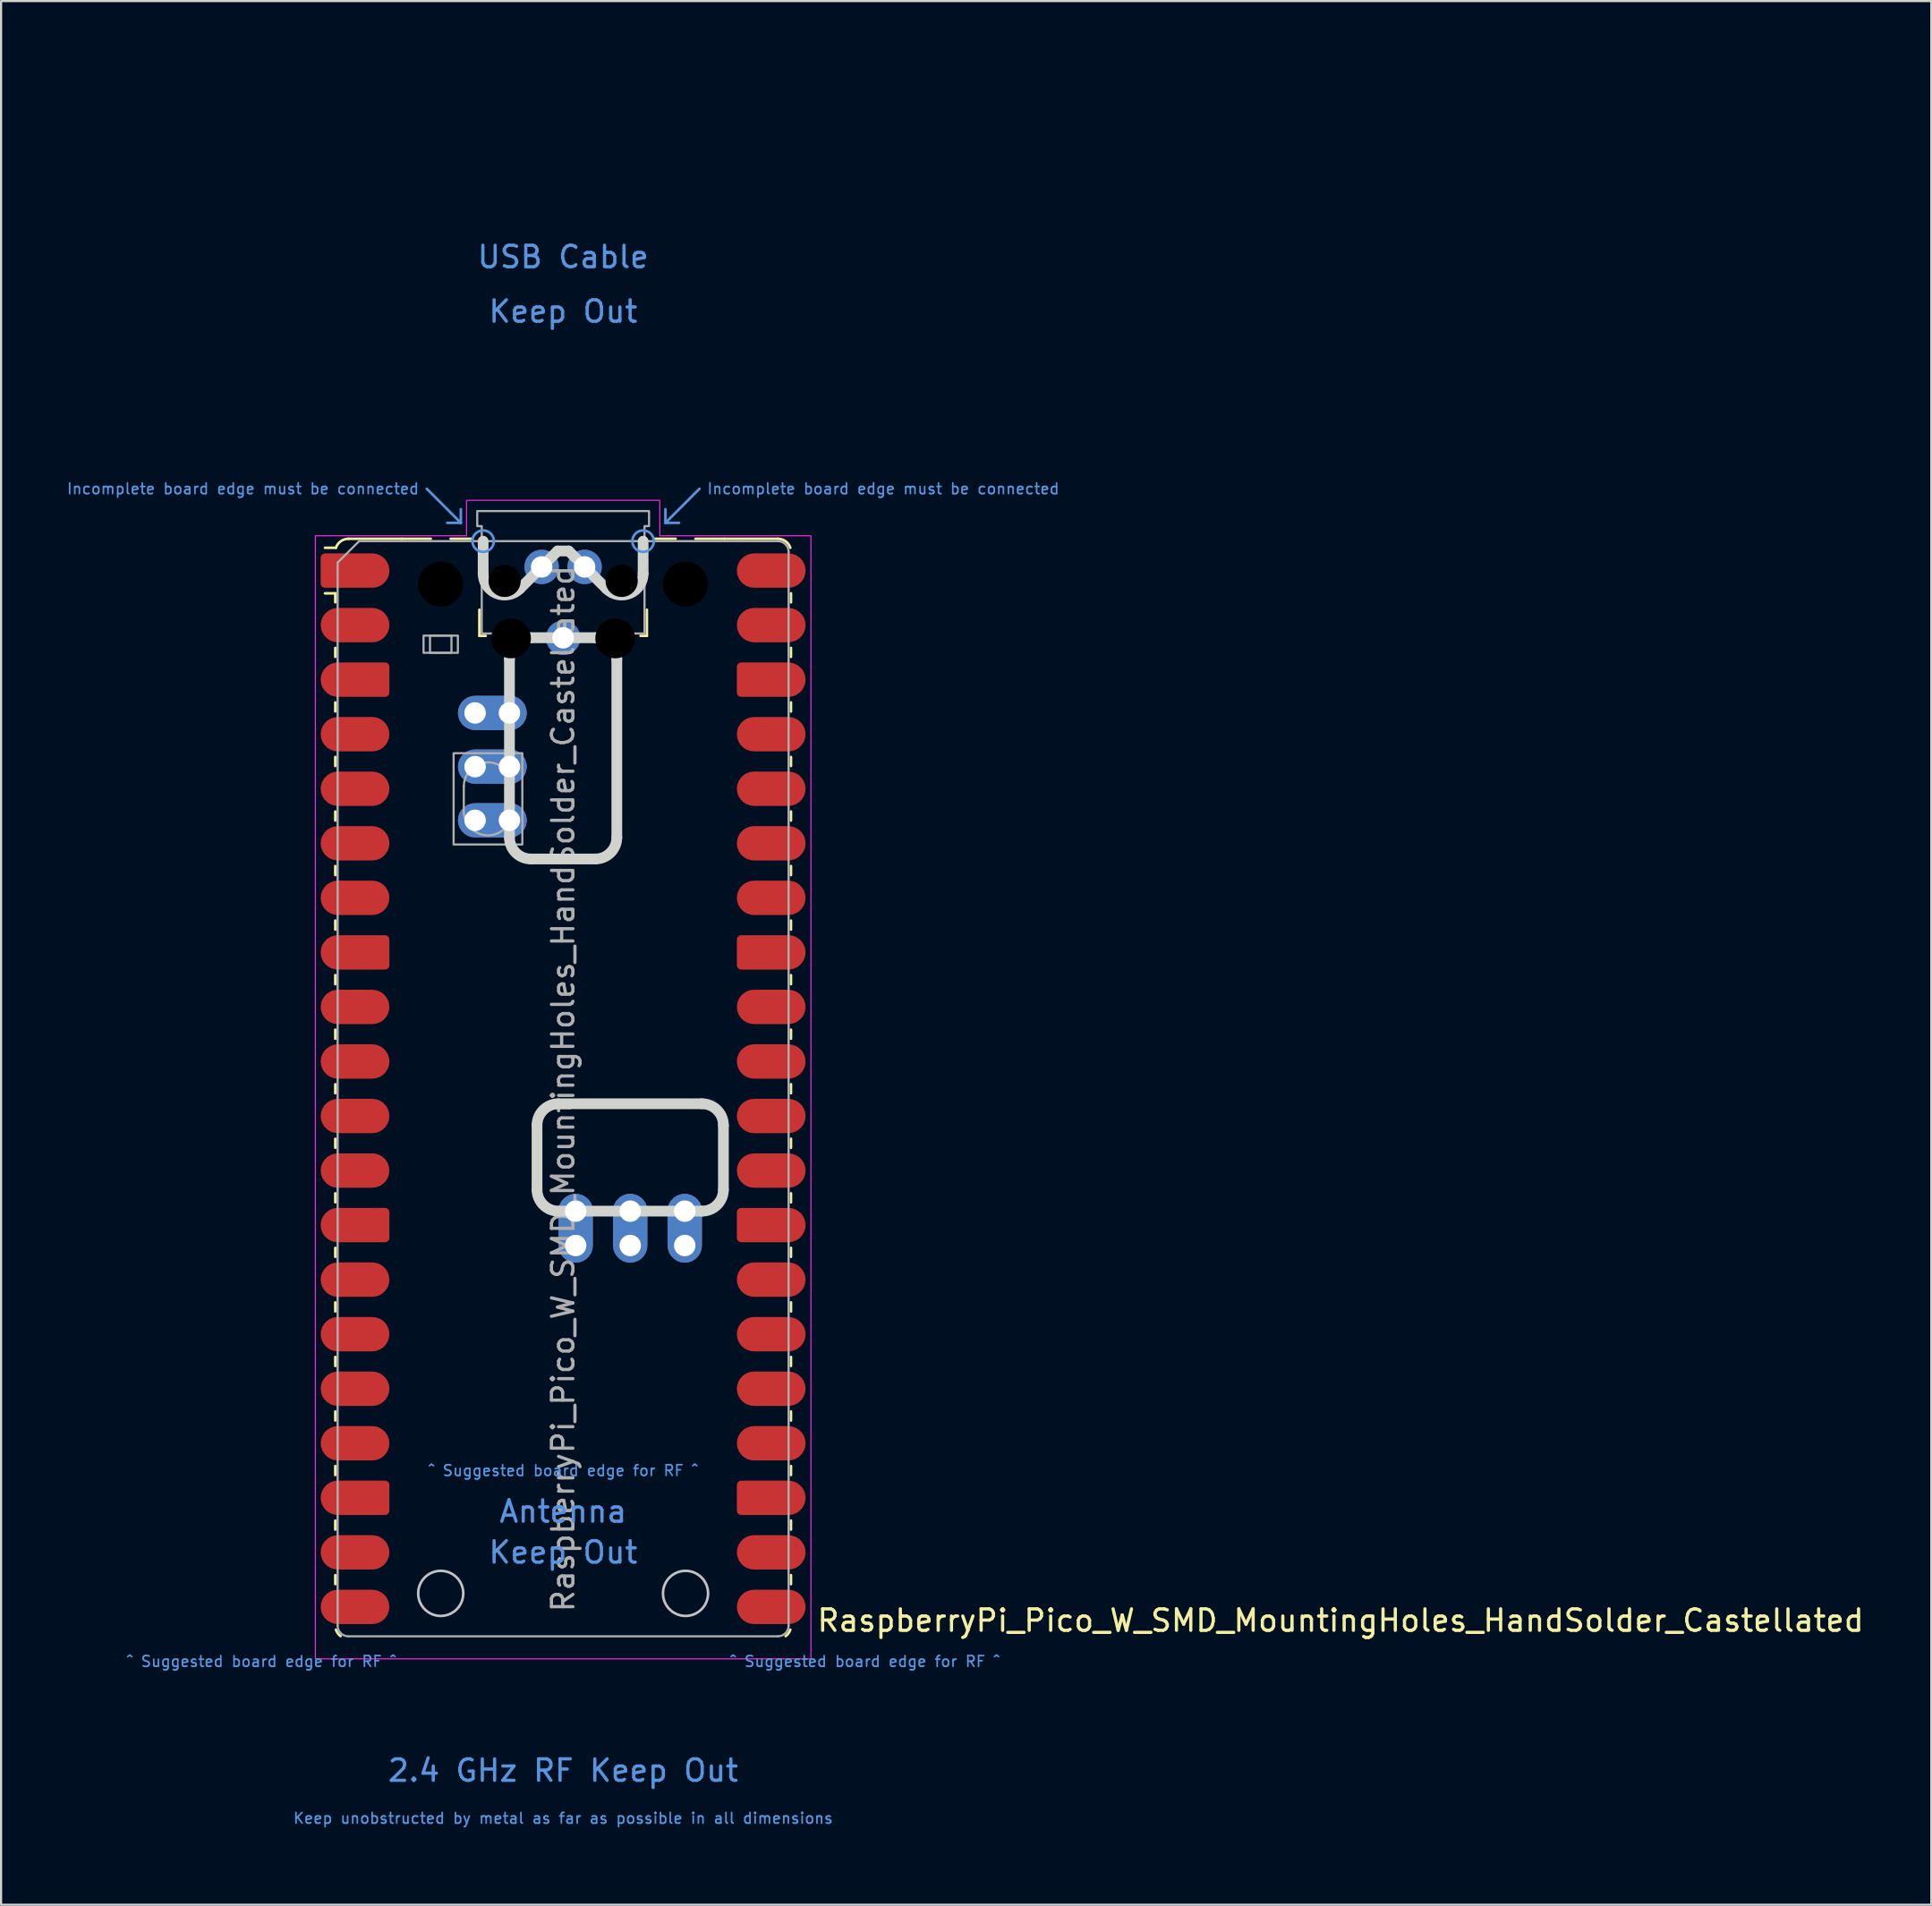
<source format=kicad_pcb>
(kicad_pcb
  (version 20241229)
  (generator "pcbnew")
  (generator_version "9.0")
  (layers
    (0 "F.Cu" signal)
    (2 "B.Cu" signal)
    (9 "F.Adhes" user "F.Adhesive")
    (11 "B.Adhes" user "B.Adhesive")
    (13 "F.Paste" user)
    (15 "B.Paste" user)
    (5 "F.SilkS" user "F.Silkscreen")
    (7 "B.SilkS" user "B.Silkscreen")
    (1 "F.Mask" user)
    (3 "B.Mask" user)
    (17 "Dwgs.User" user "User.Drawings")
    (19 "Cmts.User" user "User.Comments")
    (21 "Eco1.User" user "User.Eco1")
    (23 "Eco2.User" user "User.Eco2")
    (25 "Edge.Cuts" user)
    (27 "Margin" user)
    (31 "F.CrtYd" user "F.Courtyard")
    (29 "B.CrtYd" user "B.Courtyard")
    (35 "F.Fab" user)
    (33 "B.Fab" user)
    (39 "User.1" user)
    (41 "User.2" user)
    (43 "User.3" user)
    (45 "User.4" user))
  (footprint "RaspberryPi_Pico_W_SMD_MountingHoles_HandSolder_Castellated"
    (layer "F.Cu")
    (at 23.173 47.65)
    (property "Reference" "RaspberryPi_Pico_W_SMD_MountingHoles_HandSolder_Castellated" (at 11.748 24.765 0) (unlocked yes) (layer "F.SilkS") (effects (font (size 1 1) (thickness 0.15)) (justify left)))
    (attr smd)
    (fp_line (start -10.61 -23.07) (end -11.09 -23.07) (stroke (width 0.12) (type solid)) (layer "F.SilkS"))
    (fp_line (start -10.61 -23.07) (end -10.61 -22.65) (stroke (width 0.12) (type solid)) (layer "F.SilkS"))
    (fp_line (start -10.61 -20.53) (end -10.61 -20.11) (stroke (width 0.12) (type solid)) (layer "F.SilkS"))
    (fp_line (start -10.61 -17.99) (end -10.61 -17.57) (stroke (width 0.12) (type solid)) (layer "F.SilkS"))
    (fp_line (start -10.61 -15.45) (end -10.61 -15.03) (stroke (width 0.12) (type solid)) (layer "F.SilkS"))
    (fp_line (start -10.61 -12.91) (end -10.61 -12.49) (stroke (width 0.12) (type solid)) (layer "F.SilkS"))
    (fp_line (start -10.61 -10.37) (end -10.61 -9.95) (stroke (width 0.12) (type solid)) (layer "F.SilkS"))
    (fp_line (start -10.61 -7.83) (end -10.61 -7.41) (stroke (width 0.12) (type solid)) (layer "F.SilkS"))
    (fp_line (start -10.61 -5.29) (end -10.61 -4.87) (stroke (width 0.12) (type solid)) (layer "F.SilkS"))
    (fp_line (start -10.61 -2.75) (end -10.61 -2.33) (stroke (width 0.12) (type solid)) (layer "F.SilkS"))
    (fp_line (start -10.61 -0.21) (end -10.61 0.21) (stroke (width 0.12) (type solid)) (layer "F.SilkS"))
    (fp_line (start -10.61 2.33) (end -10.61 2.75) (stroke (width 0.12) (type solid)) (layer "F.SilkS"))
    (fp_line (start -10.61 4.87) (end -10.61 5.29) (stroke (width 0.12) (type solid)) (layer "F.SilkS"))
    (fp_line (start -10.61 7.41) (end -10.61 7.83) (stroke (width 0.12) (type solid)) (layer "F.SilkS"))
    (fp_line (start -10.61 9.95) (end -10.61 10.37) (stroke (width 0.12) (type solid)) (layer "F.SilkS"))
    (fp_line (start -10.61 12.49) (end -10.61 12.91) (stroke (width 0.12) (type solid)) (layer "F.SilkS"))
    (fp_line (start -10.61 15.03) (end -10.61 15.45) (stroke (width 0.12) (type solid)) (layer "F.SilkS"))
    (fp_line (start -10.61 17.57) (end -10.61 17.99) (stroke (width 0.12) (type solid)) (layer "F.SilkS"))
    (fp_line (start -10.61 20.11) (end -10.61 20.53) (stroke (width 0.12) (type solid)) (layer "F.SilkS"))
    (fp_line (start -10.61 22.65) (end -10.61 23.07) (stroke (width 0.12) (type solid)) (layer "F.SilkS"))
    (fp_line (start -10.58 -25.19) (end -11.09 -25.19) (stroke (width 0.12) (type solid)) (layer "F.SilkS"))
    (fp_line (start -10 -25.61) (end -7.51 -25.61) (stroke (width 0.12) (type solid)) (layer "F.SilkS"))
    (fp_line (start -7.51 -25.61) (end -6.162 -25.61) (stroke (width 0.12) (type solid)) (layer "F.SilkS"))
    (fp_line (start -5.238 -25.61) (end -4.235 -25.61) (stroke (width 0.12) (type solid)) (layer "F.SilkS"))
    (fp_line (start -3.9 -22.306) (end -3.9 -21.09) (stroke (width 0.12) (type solid)) (layer "F.SilkS"))
    (fp_line (start -3.9 -21.09) (end -3.604 -21.09) (stroke (width 0.12) (type solid)) (layer "F.SilkS"))
    (fp_line (start 3.604 -21.09) (end 3.9 -21.09) (stroke (width 0.12) (type solid)) (layer "F.SilkS"))
    (fp_line (start 3.9 -22.306) (end 3.9 -21.09) (stroke (width 0.12) (type solid)) (layer "F.SilkS"))
    (fp_line (start 4.235 -25.61) (end 5.238 -25.61) (stroke (width 0.12) (type solid)) (layer "F.SilkS"))
    (fp_line (start 6.162 -25.61) (end 7.51 -25.61) (stroke (width 0.12) (type solid)) (layer "F.SilkS"))
    (fp_line (start 10 -25.61) (end 7.51 -25.61) (stroke (width 0.12) (type solid)) (layer "F.SilkS"))
    (fp_line (start 10.61 -23.07) (end 10.61 -22.65) (stroke (width 0.12) (type solid)) (layer "F.SilkS"))
    (fp_line (start 10.61 -20.53) (end 10.61 -20.11) (stroke (width 0.12) (type solid)) (layer "F.SilkS"))
    (fp_line (start 10.61 -17.99) (end 10.61 -17.57) (stroke (width 0.12) (type solid)) (layer "F.SilkS"))
    (fp_line (start 10.61 -15.45) (end 10.61 -15.03) (stroke (width 0.12) (type solid)) (layer "F.SilkS"))
    (fp_line (start 10.61 -12.91) (end 10.61 -12.49) (stroke (width 0.12) (type solid)) (layer "F.SilkS"))
    (fp_line (start 10.61 -10.37) (end 10.61 -9.95) (stroke (width 0.12) (type solid)) (layer "F.SilkS"))
    (fp_line (start 10.61 -7.83) (end 10.61 -7.41) (stroke (width 0.12) (type solid)) (layer "F.SilkS"))
    (fp_line (start 10.61 -5.29) (end 10.61 -4.87) (stroke (width 0.12) (type solid)) (layer "F.SilkS"))
    (fp_line (start 10.61 -2.75) (end 10.61 -2.33) (stroke (width 0.12) (type solid)) (layer "F.SilkS"))
    (fp_line (start 10.61 -0.21) (end 10.61 0.21) (stroke (width 0.12) (type solid)) (layer "F.SilkS"))
    (fp_line (start 10.61 2.33) (end 10.61 2.75) (stroke (width 0.12) (type solid)) (layer "F.SilkS"))
    (fp_line (start 10.61 4.87) (end 10.61 5.29) (stroke (width 0.12) (type solid)) (layer "F.SilkS"))
    (fp_line (start 10.61 7.41) (end 10.61 7.83) (stroke (width 0.12) (type solid)) (layer "F.SilkS"))
    (fp_line (start 10.61 9.95) (end 10.61 10.37) (stroke (width 0.12) (type solid)) (layer "F.SilkS"))
    (fp_line (start 10.61 12.49) (end 10.61 12.91) (stroke (width 0.12) (type solid)) (layer "F.SilkS"))
    (fp_line (start 10.61 15.03) (end 10.61 15.45) (stroke (width 0.12) (type solid)) (layer "F.SilkS"))
    (fp_line (start 10.61 17.57) (end 10.61 17.99) (stroke (width 0.12) (type solid)) (layer "F.SilkS"))
    (fp_line (start 10.61 20.11) (end 10.61 20.53) (stroke (width 0.12) (type solid)) (layer "F.SilkS"))
    (fp_line (start 10.61 22.65) (end 10.61 23.07) (stroke (width 0.12) (type solid)) (layer "F.SilkS"))
    (fp_arc (start -10.579676 -25.19) (mid -10.357938 -25.493944) (end -10 -25.61) (stroke (width 0.12) (type solid)) (layer "F.SilkS"))
    (fp_arc (start -10.363318 25.49) (mid -10.494791 25.356765) (end -10.579676 25.189937) (stroke (width 0.12) (type solid)) (layer "F.SilkS"))
    (fp_arc (start 10 -25.61) (mid 10.357937 -25.493944) (end 10.579676 -25.189937) (stroke (width 0.12) (type solid)) (layer "F.SilkS"))
    (fp_arc (start 10.579676 25.189937) (mid 10.494803 25.356773) (end 10.363318 25.49) (stroke (width 0.12) (type solid)) (layer "F.SilkS"))
    (fp_circle (center -5.7 23.5) (end -4.65 23.5) (stroke (width 0.12) (type solid)) (fill no) (layer "Dwgs.User"))
    (fp_circle (center 5.7 23.5) (end 6.75 23.5) (stroke (width 0.12) (type solid)) (fill no) (layer "Dwgs.User"))
    (fp_line (start -6.35 -27.94) (end -4.763 -26.352) (stroke (width 0.12) (type solid)) (layer "Cmts.User"))
    (fp_line (start -4.763 -26.352) (end -5.397 -26.352) (stroke (width 0.12) (type solid)) (layer "Cmts.User"))
    (fp_line (start -4.763 -26.352) (end -4.763 -26.988) (stroke (width 0.12) (type solid)) (layer "Cmts.User"))
    (fp_line (start 4.763 -26.352) (end 4.763 -26.988) (stroke (width 0.12) (type solid)) (layer "Cmts.User"))
    (fp_line (start 4.763 -26.352) (end 5.397 -26.352) (stroke (width 0.12) (type solid)) (layer "Cmts.User"))
    (fp_line (start 6.35 -27.94) (end 4.763 -26.352) (stroke (width 0.12) (type solid)) (layer "Cmts.User"))
    (fp_circle (center -3.725 -25.5) (end -3.225 -25.5) (stroke (width 0.12) (type solid)) (fill no) (layer "Cmts.User"))
    (fp_circle (center 3.725 -25.5) (end 3.225 -25.5) (stroke (width 0.12) (type solid)) (fill no) (layer "Cmts.User"))
    (fp_line (start -3.725 -23.989) (end -3.725 -25.5) (stroke (width 0.5) (type solid)) (layer "Edge.Cuts"))
    (fp_line (start -2.5 -20) (end -2.5 -11.7) (stroke (width 0.5) (type solid)) (layer "Edge.Cuts"))
    (fp_line (start -2.018 -23.282) (end -0.258 -25.042) (stroke (width 0.5) (type solid)) (layer "Edge.Cuts"))
    (fp_line (start -1.216 4.7) (end -1.216 1.7) (stroke (width 0.5) (type solid)) (layer "Edge.Cuts"))
    (fp_line (start -0.216 5.7) (end 6.464 5.7) (stroke (width 0.5) (type solid)) (layer "Edge.Cuts"))
    (fp_line (start 0.258 -25.042) (end -0.258 -25.042) (stroke (width 0.5) (type solid)) (layer "Edge.Cuts"))
    (fp_line (start 1.5 -21) (end -1.5 -21) (stroke (width 0.5) (type solid)) (layer "Edge.Cuts"))
    (fp_line (start 1.5 -10.7) (end -1.5 -10.7) (stroke (width 0.5) (type solid)) (layer "Edge.Cuts"))
    (fp_line (start 2.018 -23.282) (end 0.258 -25.042) (stroke (width 0.5) (type solid)) (layer "Edge.Cuts"))
    (fp_line (start 2.5 -11.7) (end 2.5 -20) (stroke (width 0.5) (type solid)) (layer "Edge.Cuts"))
    (fp_line (start 3.725 -23.989) (end 3.725 -25.5) (stroke (width 0.5) (type solid)) (layer "Edge.Cuts"))
    (fp_line (start 6.464 0.7) (end -0.216 0.7) (stroke (width 0.5) (type solid)) (layer "Edge.Cuts"))
    (fp_line (start 7.464 1.7) (end 7.464 4.7) (stroke (width 0.5) (type solid)) (layer "Edge.Cuts"))
    (fp_arc (start -2.5 -20) (mid -2.207118 -20.707118) (end -1.5 -21) (stroke (width 0.5) (type solid)) (layer "Edge.Cuts"))
    (fp_arc (start -2.017893 -23.282106) (mid -3.107711 -23.065266) (end -3.725 -23.989213) (stroke (width 0.5) (type solid)) (layer "Edge.Cuts"))
    (fp_arc (start -1.5 -10.7) (mid -2.20711 -10.99289) (end -2.5 -11.7) (stroke (width 0.5) (type solid)) (layer "Edge.Cuts"))
    (fp_arc (start -1.2159 1.7) (mid -0.923007 0.992893) (end -0.2159 0.7) (stroke (width 0.5) (type solid)) (layer "Edge.Cuts"))
    (fp_arc (start -0.2159 5.7) (mid -0.923007 5.407107) (end -1.2159 4.7) (stroke (width 0.5) (type solid)) (layer "Edge.Cuts"))
    (fp_arc (start 1.5 -21) (mid 2.207107 -20.707107) (end 2.5 -20) (stroke (width 0.5) (type solid)) (layer "Edge.Cuts"))
    (fp_arc (start 2.5 -11.7) (mid 2.207095 -10.992905) (end 1.5 -10.7) (stroke (width 0.5) (type solid)) (layer "Edge.Cuts"))
    (fp_arc (start 3.725 -23.989213) (mid 3.107698 -23.06529) (end 2.017893 -23.282106) (stroke (width 0.5) (type solid)) (layer "Edge.Cuts"))
    (fp_arc (start 6.4641 0.7) (mid 7.171207 0.992893) (end 7.4641 1.7) (stroke (width 0.5) (type solid)) (layer "Edge.Cuts"))
    (fp_arc (start 7.4641 4.7) (mid 7.171207 5.407107) (end 6.4641 5.7) (stroke (width 0.5) (type solid)) (layer "Edge.Cuts"))
    (fp_poly (pts (xy -4.5 -27.4) (xy 4.5 -27.4) (xy 4.5 -25.75) (xy 11.54 -25.75) (xy 11.54 26.55) (xy -11.54 26.55) (xy -11.54 -25.75) (xy -4.5 -25.75)) (stroke (width 0.05) (type solid)) (fill no) (layer "F.CrtYd"))
    (fp_line (start -10.5 -24.5) (end -9.5 -25.5) (stroke (width 0.1) (type solid)) (layer "F.Fab"))
    (fp_line (start -10.5 25) (end -10.5 -24.5) (stroke (width 0.1) (type solid)) (layer "F.Fab"))
    (fp_line (start -9.5 -25.5) (end 10 -25.5) (stroke (width 0.1) (type solid)) (layer "F.Fab"))
    (fp_line (start -4.625 -14.075) (end -4.625 -12.925) (stroke (width 0.1) (type solid)) (layer "F.Fab"))
    (fp_line (start -2.375 -14.075) (end -2.375 -12.925) (stroke (width 0.1) (type solid)) (layer "F.Fab"))
    (fp_line (start 10 25.5) (end -10 25.5) (stroke (width 0.1) (type solid)) (layer "F.Fab"))
    (fp_line (start 10.5 -25) (end 10.5 25) (stroke (width 0.1) (type solid)) (layer "F.Fab"))
    (fp_rect (start -6.5 -21.1) (end -4.9 -20.3) (stroke (width 0.1) (type solid)) (fill no) (layer "F.Fab"))
    (fp_rect (start -6.2 -21.1) (end -5.2 -20.3) (stroke (width 0.1) (type solid)) (fill no) (layer "F.Fab"))
    (fp_rect (start -5.1 -15.625) (end -1.9 -11.375) (stroke (width 0.1) (type solid)) (fill no) (layer "F.Fab"))
    (fp_arc (start -10 25.5) (mid -10.353553 25.353553) (end -10.5 25) (stroke (width 0.1) (type solid)) (layer "F.Fab"))
    (fp_arc (start -4.625 -14.075) (mid -3.5 -15.2) (end -2.375 -14.075) (stroke (width 0.1) (type solid)) (layer "F.Fab"))
    (fp_arc (start -2.375 -12.925) (mid -3.5 -11.8) (end -4.625 -12.925) (stroke (width 0.1) (type solid)) (layer "F.Fab"))
    (fp_arc (start 10 -25.5) (mid 10.353553 -25.353553) (end 10.5 -25) (stroke (width 0.1) (type solid)) (layer "F.Fab"))
    (fp_arc (start 10.5 25) (mid 10.353553 25.353553) (end 10 25.5) (stroke (width 0.1) (type solid)) (layer "F.Fab"))
    (fp_poly (pts (xy 3.79 -21.2) (xy 3.79 -26.2) (xy 4 -26.2) (xy 4 -26.9) (xy -4 -26.9) (xy -4 -26.2) (xy -3.79 -26.2) (xy -3.79 -21.2)) (stroke (width 0.1) (type solid)) (fill no) (layer "F.Fab"))
    (fp_text user "^ Suggested board edge for RF ^" (at -14.05 26.67 0) (unlocked yes) (layer "Cmts.User") (effects (font (size 0.5 0.5) (thickness 0.075))))
    (fp_text user "^ Suggested board edge for RF ^" (at 0 17.78 0) (unlocked yes) (layer "Cmts.User") (effects (font (size 0.5 0.5) (thickness 0.075))))
    (fp_text user "^ Suggested board edge for RF ^" (at 14.05 26.67 0) (unlocked yes) (layer "Cmts.User") (effects (font (size 0.5 0.5) (thickness 0.075))))
    (fp_text user "Keep Out" (at 0 -36.195 0) (unlocked yes) (layer "Cmts.User") (effects (font (size 1 1) (thickness 0.15))))
    (fp_text user "Keep unobstructed by metal as far as possible in all dimensions" (at 0 33.972 0) (unlocked yes) (layer "Cmts.User") (effects (font (size 0.5 0.5) (thickness 0.075))))
    (fp_text user "Incomplete board edge must be connected" (at 6.668 -27.94 0) (unlocked yes) (layer "Cmts.User") (effects (font (size 0.5 0.5) (thickness 0.075)) (justify left)))
    (fp_text user "USB Cable" (at 0 -38.735 0) (unlocked yes) (layer "Cmts.User") (effects (font (size 1 1) (thickness 0.15))))
    (fp_text user "2.4 GHz RF Keep Out" (at 0 31.75 0) (unlocked yes) (layer "Cmts.User") (effects (font (size 1 1) (thickness 0.15))))
    (fp_text user "Antenna" (at 0 19.685 0) (unlocked yes) (layer "Cmts.User") (effects (font (size 1 1) (thickness 0.15))))
    (fp_text user "Incomplete board edge must be connected" (at -6.668 -27.94 0) (unlocked yes) (layer "Cmts.User") (effects (font (size 0.5 0.5) (thickness 0.075)) (justify right)))
    (fp_text user "Keep Out" (at 0 21.59 0) (unlocked yes) (layer "Cmts.User") (effects (font (size 1 1) (thickness 0.15))))
    (fp_text user "${REFERENCE}" (at 0 0 90) (layer "F.Fab") (effects (font (size 1 1) (thickness 0.15))))
    (pad "" np_thru_hole circle (at -5.7 -23.5) (size 3.8 3.8) (drill 2.1) (layers "*.Mask"))
    (pad "" np_thru_hole circle (at -2.725 -23.65) (size 1.5 1.5) (drill 1.5) (layers "*.Mask"))
    (pad "" np_thru_hole circle (at -2.425 -20.97) (size 1.85 1.85) (drill 1.85) (layers "*.Mask"))
    (pad "" np_thru_hole circle (at 2.425 -20.97) (size 1.85 1.85) (drill 1.85) (layers "*.Mask"))
    (pad "" np_thru_hole circle (at 2.725 -23.65) (size 1.5 1.5) (drill 1.5) (layers "*.Mask"))
    (pad "" np_thru_hole circle (at 5.7 -23.5) (size 3.8 3.8) (drill 2.1) (layers "*.Mask"))
    (pad "1" smd custom (at -8.89 -24.13) (size 1.6 1.6) (layers "F.Cu" "F.Mask" "F.Paste") (options (anchor circle)) (primitives (gr_poly (pts (xy -2.4 0.6) (xy -2.4 -0.6) (xy -2.2 -0.8) (xy 0 -0.8) (xy 0 0.8) (xy -2.2 0.8)) (width 0) (fill yes)) (gr_circle (center -2.2 0.6) (end -2 0.6) (width 0) (fill yes)) (gr_circle (center -2.2 -0.6) (end -2 -0.6) (width 0) (fill yes))))
    (pad "2" smd roundrect (at -8.89 -21.59) (size 3.2 1.6) (drill (offset -0.8 0)) (layers "F.Cu" "F.Mask" "F.Paste") (roundrect_rratio 0.5))
    (pad "3" smd custom (at -8.89 -19.05) (size 1.6 1.6) (layers "F.Cu" "F.Mask" "F.Paste") (options (anchor circle)) (primitives (gr_poly (pts (xy 0.8 -0.6) (xy 0.8 0.6) (xy 0.6 0.8) (xy -1.6 0.8) (xy -1.6 -0.8) (xy 0.6 -0.8)) (width 0) (fill yes)) (gr_circle (center 0.6 0.6) (end 0.8 0.6) (width 0) (fill yes)) (gr_circle (center 0.6 -0.6) (end 0.8 -0.6) (width 0) (fill yes)) (gr_circle (center -1.6 0) (end -0.8 0) (width 0) (fill yes))))
    (pad "4" smd roundrect (at -8.89 -16.51) (size 3.2 1.6) (drill (offset -0.8 0)) (layers "F.Cu" "F.Mask" "F.Paste") (roundrect_rratio 0.5))
    (pad "5" smd roundrect (at -8.89 -13.97) (size 3.2 1.6) (drill (offset -0.8 0)) (layers "F.Cu" "F.Mask" "F.Paste") (roundrect_rratio 0.5))
    (pad "6" smd roundrect (at -8.89 -11.43) (size 3.2 1.6) (drill (offset -0.8 0)) (layers "F.Cu" "F.Mask" "F.Paste") (roundrect_rratio 0.5))
    (pad "7" smd roundrect (at -8.89 -8.89) (size 3.2 1.6) (drill (offset -0.8 0)) (layers "F.Cu" "F.Mask" "F.Paste") (roundrect_rratio 0.5))
    (pad "8" smd custom (at -8.89 -6.35) (size 1.6 1.6) (layers "F.Cu" "F.Mask" "F.Paste") (options (anchor circle)) (primitives (gr_poly (pts (xy 0.8 -0.6) (xy 0.8 0.6) (xy 0.6 0.8) (xy -1.6 0.8) (xy -1.6 -0.8) (xy 0.6 -0.8)) (width 0) (fill yes)) (gr_circle (center 0.6 0.6) (end 0.8 0.6) (width 0) (fill yes)) (gr_circle (center 0.6 -0.6) (end 0.8 -0.6) (width 0) (fill yes)) (gr_circle (center -1.6 0) (end -0.8 0) (width 0) (fill yes))))
    (pad "9" smd roundrect (at -8.89 -3.81) (size 3.2 1.6) (drill (offset -0.8 0)) (layers "F.Cu" "F.Mask" "F.Paste") (roundrect_rratio 0.5))
    (pad "10" smd roundrect (at -8.89 -1.27) (size 3.2 1.6) (drill (offset -0.8 0)) (layers "F.Cu" "F.Mask" "F.Paste") (roundrect_rratio 0.5))
    (pad "11" smd roundrect (at -8.89 1.27) (size 3.2 1.6) (drill (offset -0.8 0)) (layers "F.Cu" "F.Mask" "F.Paste") (roundrect_rratio 0.5))
    (pad "12" smd roundrect (at -8.89 3.81) (size 3.2 1.6) (drill (offset -0.8 0)) (layers "F.Cu" "F.Mask" "F.Paste") (roundrect_rratio 0.5))
    (pad "13" smd custom (at -8.89 6.35) (size 1.6 1.6) (layers "F.Cu" "F.Mask" "F.Paste") (options (anchor circle)) (primitives (gr_poly (pts (xy 0.8 -0.6) (xy 0.8 0.6) (xy 0.6 0.8) (xy -1.6 0.8) (xy -1.6 -0.8) (xy 0.6 -0.8)) (width 0) (fill yes)) (gr_circle (center 0.6 0.6) (end 0.8 0.6) (width 0) (fill yes)) (gr_circle (center 0.6 -0.6) (end 0.8 -0.6) (width 0) (fill yes)) (gr_circle (center -1.6 0) (end -0.8 0) (width 0) (fill yes))))
    (pad "14" smd roundrect (at -8.89 8.89) (size 3.2 1.6) (drill (offset -0.8 0)) (layers "F.Cu" "F.Mask" "F.Paste") (roundrect_rratio 0.5))
    (pad "15" smd roundrect (at -8.89 11.43) (size 3.2 1.6) (drill (offset -0.8 0)) (layers "F.Cu" "F.Mask" "F.Paste") (roundrect_rratio 0.5))
    (pad "16" smd roundrect (at -8.89 13.97) (size 3.2 1.6) (drill (offset -0.8 0)) (layers "F.Cu" "F.Mask" "F.Paste") (roundrect_rratio 0.5))
    (pad "17" smd roundrect (at -8.89 16.51) (size 3.2 1.6) (drill (offset -0.8 0)) (layers "F.Cu" "F.Mask" "F.Paste") (roundrect_rratio 0.5))
    (pad "18" smd custom (at -8.89 19.05) (size 1.6 1.6) (layers "F.Cu" "F.Mask" "F.Paste") (options (anchor circle)) (primitives (gr_poly (pts (xy 0.8 -0.6) (xy 0.8 0.6) (xy 0.6 0.8) (xy -1.6 0.8) (xy -1.6 -0.8) (xy 0.6 -0.8)) (width 0) (fill yes)) (gr_circle (center 0.6 0.6) (end 0.8 0.6) (width 0) (fill yes)) (gr_circle (center 0.6 -0.6) (end 0.8 -0.6) (width 0) (fill yes)) (gr_circle (center -1.6 0) (end -0.8 0) (width 0) (fill yes))))
    (pad "19" smd roundrect (at -8.89 21.59) (size 3.2 1.6) (drill (offset -0.8 0)) (layers "F.Cu" "F.Mask" "F.Paste") (roundrect_rratio 0.5))
    (pad "20" smd roundrect (at -8.89 24.13) (size 3.2 1.6) (drill (offset -0.8 0)) (layers "F.Cu" "F.Mask" "F.Paste") (roundrect_rratio 0.5))
    (pad "21" smd roundrect (at 8.89 24.13) (size 3.2 1.6) (drill (offset 0.8 0)) (layers "F.Cu" "F.Mask" "F.Paste") (roundrect_rratio 0.5))
    (pad "22" smd roundrect (at 8.89 21.59) (size 3.2 1.6) (drill (offset 0.8 0)) (layers "F.Cu" "F.Mask" "F.Paste") (roundrect_rratio 0.5))
    (pad "23" smd custom (at 8.89 19.05) (size 1.6 1.6) (layers "F.Cu" "F.Mask" "F.Paste") (options (anchor circle)) (primitives (gr_poly (pts (xy -0.8 -0.6) (xy -0.8 0.6) (xy -0.6 0.8) (xy 1.6 0.8) (xy 1.6 -0.8) (xy -0.6 -0.8)) (width 0) (fill yes)) (gr_circle (center -0.6 0.6) (end -0.4 0.6) (width 0) (fill yes)) (gr_circle (center -0.6 -0.6) (end -0.4 -0.6) (width 0) (fill yes)) (gr_circle (center 1.6 0) (end 2.4 0) (width 0) (fill yes))))
    (pad "24" smd roundrect (at 8.89 16.51) (size 3.2 1.6) (drill (offset 0.8 0)) (layers "F.Cu" "F.Mask" "F.Paste") (roundrect_rratio 0.5))
    (pad "25" smd roundrect (at 8.89 13.97) (size 3.2 1.6) (drill (offset 0.8 0)) (layers "F.Cu" "F.Mask" "F.Paste") (roundrect_rratio 0.5))
    (pad "26" smd roundrect (at 8.89 11.43) (size 3.2 1.6) (drill (offset 0.8 0)) (layers "F.Cu" "F.Mask" "F.Paste") (roundrect_rratio 0.5))
    (pad "27" smd roundrect (at 8.89 8.89) (size 3.2 1.6) (drill (offset 0.8 0)) (layers "F.Cu" "F.Mask" "F.Paste") (roundrect_rratio 0.5))
    (pad "28" smd custom (at 8.89 6.35) (size 1.6 1.6) (layers "F.Cu" "F.Mask" "F.Paste") (options (anchor circle)) (primitives (gr_poly (pts (xy -0.8 -0.6) (xy -0.8 0.6) (xy -0.6 0.8) (xy 1.6 0.8) (xy 1.6 -0.8) (xy -0.6 -0.8)) (width 0) (fill yes)) (gr_circle (center -0.6 0.6) (end -0.4 0.6) (width 0) (fill yes)) (gr_circle (center -0.6 -0.6) (end -0.4 -0.6) (width 0) (fill yes)) (gr_circle (center 1.6 0) (end 2.4 0) (width 0) (fill yes))))
    (pad "29" smd roundrect (at 8.89 3.81) (size 3.2 1.6) (drill (offset 0.8 0)) (layers "F.Cu" "F.Mask" "F.Paste") (roundrect_rratio 0.5))
    (pad "30" smd roundrect (at 8.89 1.27) (size 3.2 1.6) (drill (offset 0.8 0)) (layers "F.Cu" "F.Mask" "F.Paste") (roundrect_rratio 0.5))
    (pad "31" smd roundrect (at 8.89 -1.27) (size 3.2 1.6) (drill (offset 0.8 0)) (layers "F.Cu" "F.Mask" "F.Paste") (roundrect_rratio 0.5))
    (pad "32" smd roundrect (at 8.89 -3.81) (size 3.2 1.6) (drill (offset 0.8 0)) (layers "F.Cu" "F.Mask" "F.Paste") (roundrect_rratio 0.5))
    (pad "33" smd custom (at 8.89 -6.35) (size 1.6 1.6) (layers "F.Cu" "F.Mask" "F.Paste") (options (anchor circle)) (primitives (gr_poly (pts (xy -0.8 -0.6) (xy -0.8 0.6) (xy -0.6 0.8) (xy 1.6 0.8) (xy 1.6 -0.8) (xy -0.6 -0.8)) (width 0) (fill yes)) (gr_circle (center -0.6 0.6) (end -0.4 0.6) (width 0) (fill yes)) (gr_circle (center -0.6 -0.6) (end -0.4 -0.6) (width 0) (fill yes)) (gr_circle (center 1.6 0) (end 2.4 0) (width 0) (fill yes))))
    (pad "34" smd roundrect (at 8.89 -8.89) (size 3.2 1.6) (drill (offset 0.8 0)) (layers "F.Cu" "F.Mask" "F.Paste") (roundrect_rratio 0.5))
    (pad "35" smd roundrect (at 8.89 -11.43) (size 3.2 1.6) (drill (offset 0.8 0)) (layers "F.Cu" "F.Mask" "F.Paste") (roundrect_rratio 0.5))
    (pad "36" smd roundrect (at 8.89 -13.97) (size 3.2 1.6) (drill (offset 0.8 0)) (layers "F.Cu" "F.Mask" "F.Paste") (roundrect_rratio 0.5))
    (pad "37" smd roundrect (at 8.89 -16.51) (size 3.2 1.6) (drill (offset 0.8 0)) (layers "F.Cu" "F.Mask" "F.Paste") (roundrect_rratio 0.5))
    (pad "38" smd custom (at 8.89 -19.05) (size 1.6 1.6) (layers "F.Cu" "F.Mask" "F.Paste") (options (anchor circle)) (primitives (gr_poly (pts (xy -0.8 -0.6) (xy -0.8 0.6) (xy -0.6 0.8) (xy 1.6 0.8) (xy 1.6 -0.8) (xy -0.6 -0.8)) (width 0) (fill yes)) (gr_circle (center -0.6 0.6) (end -0.4 0.6) (width 0) (fill yes)) (gr_circle (center -0.6 -0.6) (end -0.4 -0.6) (width 0) (fill yes)) (gr_circle (center 1.6 0) (end 2.4 0) (width 0) (fill yes))))
    (pad "39" smd roundrect (at 8.89 -21.59) (size 3.2 1.6) (drill (offset 0.8 0)) (layers "F.Cu" "F.Mask" "F.Paste") (roundrect_rratio 0.5))
    (pad "40" smd roundrect (at 8.89 -24.13) (size 3.2 1.6) (drill (offset 0.8 0)) (layers "F.Cu" "F.Mask" "F.Paste") (roundrect_rratio 0.5))
    (pad "D1" thru_hole circle (at 0.584 5.7) (size 1.6 1.6) (drill 1) (property pad_prop_castellated) (layers "*.Cu" "*.Mask"))
    (pad "D1" thru_hole roundrect (at 0.584 7.3) (size 1.6 3.2) (drill 1 (offset 0 -0.8)) (property pad_prop_castellated) (layers "*.Cu" "*.Mask") (roundrect_rratio 0.5))
    (pad "D2" thru_hole circle (at 3.124 5.7) (size 1.6 1.6) (drill 1) (property pad_prop_castellated) (layers "*.Cu" "*.Mask"))
    (pad "D2" thru_hole roundrect (at 3.124 7.3) (size 1.6 3.2) (drill 1 (offset 0 -0.8)) (property pad_prop_castellated) (layers "*.Cu" "*.Mask") (roundrect_rratio 0.5))
    (pad "D3" thru_hole circle (at 5.664 5.7) (size 1.6 1.6) (drill 1) (property pad_prop_castellated) (layers "*.Cu" "*.Mask"))
    (pad "D3" thru_hole roundrect (at 5.664 7.3) (size 1.6 3.2) (drill 1 (offset 0 -0.8)) (property pad_prop_castellated) (layers "*.Cu" "*.Mask") (roundrect_rratio 0.5))
    (pad "TP1" thru_hole circle (at 0 -21) (size 1.6 1.6) (drill 1) (property pad_prop_castellated) (layers "*.Cu" "*.Mask"))
    (pad "TP2" thru_hole circle (at 1 -24.3) (size 1.6 1.6) (drill 1) (property pad_prop_castellated) (layers "*.Cu" "*.Mask"))
    (pad "TP3" thru_hole circle (at -1 -24.3) (size 1.6 1.6) (drill 1) (property pad_prop_castellated) (layers "*.Cu" "*.Mask"))
    (pad "TP4" thru_hole roundrect (at -4.1 -17.5) (size 3.2 1.6) (drill 1 (offset 0.8 0)) (property pad_prop_castellated) (layers "*.Cu" "*.Mask") (roundrect_rratio 0.5))
    (pad "TP4" thru_hole circle (at -2.5 -17.5) (size 1.6 1.6) (drill 1) (property pad_prop_castellated) (layers "*.Cu" "*.Mask"))
    (pad "TP5" thru_hole roundrect (at -4.1 -15) (size 3.2 1.6) (drill 1 (offset 0.8 0)) (property pad_prop_castellated) (layers "*.Cu" "*.Mask") (roundrect_rratio 0.5))
    (pad "TP5" thru_hole circle (at -2.5 -15) (size 1.6 1.6) (drill 1) (property pad_prop_castellated) (layers "*.Cu" "*.Mask"))
    (pad "TP6" thru_hole roundrect (at -4.1 -12.5) (size 3.2 1.6) (drill 1 (offset 0.8 0)) (property pad_prop_castellated) (layers "*.Cu" "*.Mask") (roundrect_rratio 0.5))
    (pad "TP6" thru_hole circle (at -2.5 -12.5) (size 1.6 1.6) (drill 1) (property pad_prop_castellated) (layers "*.Cu" "*.Mask"))
    (zone (net_name "") (layers "F.Cu" "B.Cu" "F.Paste" "B.Paste") (name "RF Copper Keep Out") (hatch full 0.5) (connect_pads) (min_thickness 0.254) (filled_areas_thickness no) (keepout (tracks not_allowed) (vias not_allowed) (pads not_allowed) (copperpour not_allowed) (footprints not_allowed)) (placement (enabled no)) (fill) (polygon (pts (xy 2.173 72.65) (xy 44.173 72.65) (xy 44.173 82.65) (xy 2.173 82.65))))
    (zone (net_name "") (layers "F.Cu" "B.Cu" "F.Paste" "B.Paste") (name "Antenna Copper Keep Out") (hatch full 0.5) (connect_pads) (min_thickness 0.254) (filled_areas_thickness no) (keepout (tracks not_allowed) (vias not_allowed) (pads not_allowed) (copperpour not_allowed) (footprints not_allowed)) (placement (enabled no)) (fill) (polygon (pts (xy 20.773 72.64) (xy 16.073 68.99) (xy 16.073 64.65) (xy 30.273 64.65) (xy 30.273 68.99) (xy 25.573 72.64) (xy 25.573 72.65) (xy 20.773 72.65))))
    (zone (net_name "") (layer "Edge.Cuts") (name "Board Keep Out USB Cable") (hatch edge 0.5) (connect_pads) (min_thickness 0.254) (filled_areas_thickness no) (keepout (tracks allowed) (vias allowed) (pads allowed) (copperpour allowed) (footprints allowed)) (placement (enabled no)) (fill) (polygon (pts (xy 16.973 0) (xy 29.373 0) (xy 29.373 20.4) (xy 16.973 20.4))))
    (zone (net_name "") (layer "Edge.Cuts") (name "Board Keep Out Suggestion RF") (hatch edge 0.5) (connect_pads) (min_thickness 0.254) (filled_areas_thickness no) (keepout (tracks allowed) (vias allowed) (pads allowed) (copperpour allowed) (footprints allowed)) (placement (enabled no)) (fill) (polygon (pts (xy 30.273 73.65) (xy 44.173 73.65) (xy 44.173 82.65) (xy 2.173 82.65) (xy 2.173 73.65) (xy 16.073 73.65) (xy 16.073 64.65) (xy 30.273 64.65))))
    (zone (net_name "") (layer "Edge.Cuts") (name "Board Keep Out Castellated TP") (hatch edge 0.5) (connect_pads) (min_thickness 0.254) (filled_areas_thickness no) (keepout (tracks allowed) (vias allowed) (pads allowed) (copperpour allowed) (footprints allowed)) (placement (enabled no)) (fill) (polygon (pts (arc (start 24.673447 36.95) (mid 25.380554 36.657107) (end 25.673447 35.95)) (arc (start 25.673447 27.65) (mid 25.380554 26.942893) (end 24.673447 26.65)) (arc (start 21.673447 26.65) (mid 20.96634 26.942893) (end 20.673447 27.65)) (arc (start 20.673447 35.95) (mid 20.966343 36.657104) (end 21.673447 36.95)))))
    (zone (net_name "") (layer "Edge.Cuts") (name "Board Keep Out Castellated Debug") (hatch edge 0.5) (connect_pads) (min_thickness 0.254) (filled_areas_thickness no) (keepout (tracks allowed) (vias allowed) (pads allowed) (copperpour allowed) (footprints allowed)) (placement (enabled no)) (fill) (polygon (pts (arc (start 30.637547 52.35) (mid 30.344651 53.057104) (end 29.637547 53.35)) (arc (start 22.957547 53.35) (mid 22.25044 53.057107) (end 21.957547 52.35)) (arc (start 21.957547 49.35) (mid 22.250443 48.642896) (end 22.957547 48.35)) (arc (start 29.637547 48.35) (mid 30.344654 48.642893) (end 30.637547 49.35)))))
    (zone (net_name "") (layer "Edge.Cuts") (name "Board Keep Out Castellated USB") (hatch edge 0.5) (connect_pads) (min_thickness 0.25) (filled_areas_thickness no) (keepout (tracks allowed) (vias allowed) (pads allowed) (copperpour allowed) (footprints allowed)) (placement (enabled no)) (fill) (polygon (pts (arc (start 20.448447 20.607538) (mid 19.74134 20.900431) (end 19.448447 21.607538)) (arc (start 19.448447 23.660787) (mid 20.065759 24.584679) (end 21.155554 24.367894)) (xy 22.916 22.608) (xy 23.431 22.608) (arc (start 25.19134 24.367894) (mid 26.281135 24.584679) (end 26.898447 23.660787)) (arc (start 26.898447 21.607538) (mid 26.605554 20.900431) (end 25.898447 20.607538)))))
    (zone (net_name "") (layer "F.CrtYd") (name "USB Cable Keep Out") (hatch full 0.5) (connect_pads) (min_thickness 0.254) (filled_areas_thickness no) (keepout (tracks allowed) (vias allowed) (pads allowed) (copperpour allowed) (footprints not_allowed)) (placement (enabled no)) (fill) (polygon (pts (xy 17.423 19.95) (xy 19.233 19.95) (xy 19.233 20.25) (xy 27.113 20.25) (xy 27.113 19.95) (xy 28.923 19.95) (xy 28.923 0.45) (xy 17.423 0.45)))))
  (gr_rect
    (start -3 -3)
    (end 86.885 85.65)
    (stroke (width 0.1) (type default))
    (fill no)
    (layer "Edge.Cuts")))
</source>
